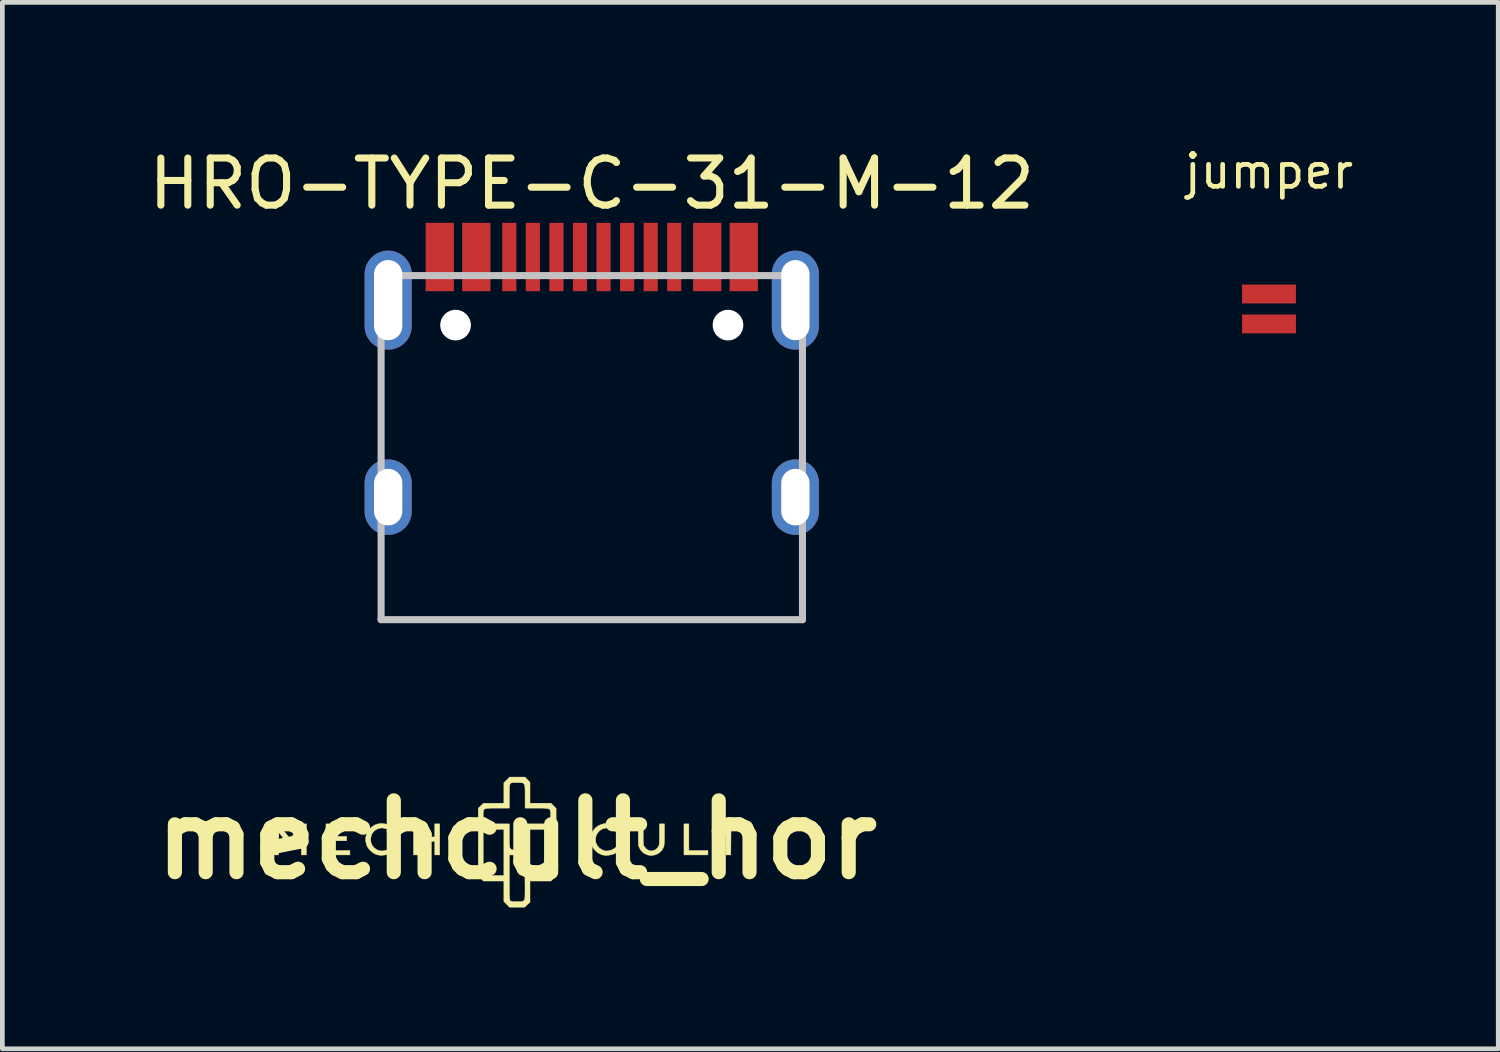
<source format=kicad_pcb>
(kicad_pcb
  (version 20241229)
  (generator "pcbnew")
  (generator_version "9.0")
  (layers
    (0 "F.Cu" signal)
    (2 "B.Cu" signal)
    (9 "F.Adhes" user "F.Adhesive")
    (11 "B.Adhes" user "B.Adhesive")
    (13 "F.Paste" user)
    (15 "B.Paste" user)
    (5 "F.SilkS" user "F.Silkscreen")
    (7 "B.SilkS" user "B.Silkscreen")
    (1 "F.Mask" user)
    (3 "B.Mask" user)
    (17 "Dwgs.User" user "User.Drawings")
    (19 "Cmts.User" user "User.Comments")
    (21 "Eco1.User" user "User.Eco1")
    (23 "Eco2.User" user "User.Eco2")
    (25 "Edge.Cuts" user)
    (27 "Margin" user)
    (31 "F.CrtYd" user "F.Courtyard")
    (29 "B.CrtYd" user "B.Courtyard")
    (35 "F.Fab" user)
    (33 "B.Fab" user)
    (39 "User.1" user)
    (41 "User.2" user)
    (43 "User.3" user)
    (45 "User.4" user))
  (footprint "HRO-TYPE-C-31-M-12"
    (layer "F.Cu")
    (at 9.506 10.098)
    (property "Reference" "HRO-TYPE-C-31-M-12" (at 0 -9.25 0) (layer "F.SilkS") (effects (font (size 1 1) (thickness 0.15))))
    (attr smd)
    (fp_line (start -4.47 -7.3) (end 4.47 -7.3) (stroke (width 0.15) (type solid)) (layer "Dwgs.User"))
    (fp_line (start -4.47 0) (end -4.47 -7.3) (stroke (width 0.15) (type solid)) (layer "Dwgs.User"))
    (fp_line (start -4.47 0) (end 4.47 0) (stroke (width 0.15) (type solid)) (layer "Dwgs.User"))
    (fp_line (start 4.47 0) (end 4.47 -7.3) (stroke (width 0.15) (type solid)) (layer "Dwgs.User"))
    (pad "" np_thru_hole circle (at -2.89 -6.25) (size 0.65 0.65) (drill 0.65) (layers "*.Cu" "*.Mask"))
    (pad "" np_thru_hole circle (at 2.89 -6.25) (size 0.65 0.65) (drill 0.65) (layers "*.Cu" "*.Mask"))
    (pad "1" smd rect (at -3.225 -7.695) (size 0.6 1.45) (layers "F.Cu" "F.Mask" "F.Paste"))
    (pad "2" smd rect (at -2.45 -7.695) (size 0.6 1.45) (layers "F.Cu" "F.Mask" "F.Paste"))
    (pad "3" smd rect (at -1.75 -7.695) (size 0.3 1.45) (layers "F.Cu" "F.Mask" "F.Paste"))
    (pad "4" smd rect (at -1.25 -7.695) (size 0.3 1.45) (layers "F.Cu" "F.Mask" "F.Paste"))
    (pad "5" smd rect (at -0.75 -7.695) (size 0.3 1.45) (layers "F.Cu" "F.Mask" "F.Paste"))
    (pad "6" smd rect (at -0.25 -7.695) (size 0.3 1.45) (layers "F.Cu" "F.Mask" "F.Paste"))
    (pad "7" smd rect (at 0.25 -7.695) (size 0.3 1.45) (layers "F.Cu" "F.Mask" "F.Paste"))
    (pad "8" smd rect (at 0.75 -7.695) (size 0.3 1.45) (layers "F.Cu" "F.Mask" "F.Paste"))
    (pad "9" smd rect (at 1.25 -7.695) (size 0.3 1.45) (layers "F.Cu" "F.Mask" "F.Paste"))
    (pad "10" smd rect (at 1.75 -7.695) (size 0.3 1.45) (layers "F.Cu" "F.Mask" "F.Paste"))
    (pad "11" smd rect (at 2.45 -7.695) (size 0.6 1.45) (layers "F.Cu" "F.Mask" "F.Paste"))
    (pad "12" smd rect (at 3.225 -7.695) (size 0.6 1.45) (layers "F.Cu" "F.Mask" "F.Paste"))
    (pad "13" thru_hole oval (at -4.32 -6.78) (size 1 2.1) (drill oval 0.6 1.7) (layers "*.Cu" "*.Mask"))
    (pad "13" thru_hole oval (at -4.32 -2.6) (size 1 1.6) (drill oval 0.6 1.2) (layers "*.Cu" "*.Mask"))
    (pad "13" thru_hole oval (at 4.32 -6.78) (size 1 2.1) (drill oval 0.6 1.7) (layers "*.Cu" "*.Mask"))
    (pad "13" thru_hole oval (at 4.32 -2.6) (size 1 1.6) (drill oval 0.6 1.2) (layers "*.Cu" "*.Mask")))
  (footprint "mechcult_hor"
    (layer "F.Cu")
    (at 7.918 14.766)
    (property "Reference" "mechcult_hor" (at 0 0 0) (layer "F.SilkS") (effects (font (size 1.524 1.524) (thickness 0.3))))
    (attr through_hole)
    (fp_poly (pts (xy 3.648 0.231) (xy 4.052 0.231) (xy 4.052 0.323) (xy 3.544 0.323) (xy 3.544 -0.335) (xy 3.648 -0.335) (xy 3.648 0.231)) (stroke (width 0.01) (type solid)) (fill yes) (layer "F.SilkS"))
    (fp_poly (pts (xy 4.768 -0.243) (xy 4.656 -0.24) (xy 4.543 -0.237) (xy 4.54 0.043) (xy 4.537 0.323) (xy 4.433 0.323) (xy 4.433 -0.242) (xy 4.214 -0.242) (xy 4.214 -0.335) (xy 4.768 -0.335) (xy 4.768 -0.243)) (stroke (width 0.01) (type solid)) (fill yes) (layer "F.SilkS"))
    (fp_poly (pts (xy -3.568 -0.242) (xy -3.949 -0.242) (xy -3.949 -0.069) (xy -3.614 -0.069) (xy -3.614 0.023) (xy -3.949 0.023) (xy -3.949 0.231) (xy -3.544 0.231) (xy -3.544 0.323) (xy -4.052 0.323) (xy -4.052 -0.335) (xy -3.568 -0.335) (xy -3.568 -0.242)) (stroke (width 0.01) (type solid)) (fill yes) (layer "F.SilkS"))
    (fp_poly (pts (xy -2.095 -0.329) (xy -2.089 -0.058) (xy -1.743 -0.058) (xy -1.743 -0.335) (xy -1.639 -0.335) (xy -1.639 0.323) (xy -1.743 0.323) (xy -1.743 0.035) (xy -2.09 0.035) (xy -2.09 0.323) (xy -2.194 0.323) (xy -2.194 -0.336) (xy -2.095 -0.329)) (stroke (width 0.01) (type solid)) (fill yes) (layer "F.SilkS"))
    (fp_poly (pts (xy -4.468 0.323) (xy -4.572 0.323) (xy -4.575 0.089) (xy -4.578 -0.144) (xy -4.692 -0.003) (xy -4.731 0.045) (xy -4.765 0.086) (xy -4.792 0.117) (xy -4.809 0.135) (xy -4.813 0.138) (xy -4.822 0.129) (xy -4.843 0.105) (xy -4.873 0.069) (xy -4.91 0.024) (xy -4.936 -0.009) (xy -5.051 -0.155) (xy -5.054 0.084) (xy -5.057 0.323) (xy -5.161 0.323) (xy -5.161 -0.335) (xy -5.112 -0.334) (xy -5.063 -0.334) (xy -4.941 -0.179) (xy -4.901 -0.128) (xy -4.866 -0.084) (xy -4.837 -0.05) (xy -4.819 -0.029) (xy -4.812 -0.024) (xy -4.803 -0.032) (xy -4.782 -0.056) (xy -4.751 -0.092) (xy -4.714 -0.137) (xy -4.681 -0.179) (xy -4.636 -0.235) (xy -4.603 -0.276) (xy -4.578 -0.304) (xy -4.56 -0.321) (xy -4.544 -0.331) (xy -4.53 -0.334) (xy -4.513 -0.335) (xy -4.468 -0.335) (xy -4.468 0.323)) (stroke (width 0.01) (type solid)) (fill yes) (layer "F.SilkS"))
    (fp_poly (pts (xy -2.796 -0.335) (xy -2.722 -0.314) (xy -2.657 -0.28) (xy -2.626 -0.253) (xy -2.593 -0.219) (xy -2.651 -0.16) (xy -2.71 -0.2) (xy -2.782 -0.236) (xy -2.856 -0.25) (xy -2.924 -0.242) (xy -2.989 -0.215) (xy -3.041 -0.173) (xy -3.078 -0.119) (xy -3.099 -0.057) (xy -3.105 0.008) (xy -3.093 0.073) (xy -3.063 0.134) (xy -3.021 0.181) (xy -2.962 0.219) (xy -2.894 0.238) (xy -2.824 0.237) (xy -2.755 0.217) (xy -2.692 0.178) (xy -2.678 0.166) (xy -2.648 0.138) (xy -2.616 0.172) (xy -2.583 0.206) (xy -2.614 0.237) (xy -2.671 0.279) (xy -2.743 0.31) (xy -2.821 0.328) (xy -2.901 0.331) (xy -2.975 0.318) (xy -2.983 0.315) (xy -3.046 0.283) (xy -3.106 0.235) (xy -3.156 0.177) (xy -3.187 0.118) (xy -3.208 0.032) (xy -3.207 -0.052) (xy -3.185 -0.132) (xy -3.144 -0.205) (xy -3.085 -0.266) (xy -3.02 -0.309) (xy -2.951 -0.334) (xy -2.874 -0.342) (xy -2.796 -0.335)) (stroke (width 0.01) (type solid)) (fill yes) (layer "F.SilkS"))
    (fp_poly (pts (xy 2.679 -0.111) (xy 2.679 -0.034) (xy 2.679 0.024) (xy 2.681 0.066) (xy 2.683 0.096) (xy 2.688 0.117) (xy 2.694 0.133) (xy 2.702 0.147) (xy 2.705 0.15) (xy 2.75 0.201) (xy 2.802 0.231) (xy 2.831 0.238) (xy 2.883 0.236) (xy 2.935 0.215) (xy 2.979 0.18) (xy 3 0.151) (xy 3.009 0.134) (xy 3.015 0.116) (xy 3.02 0.094) (xy 3.022 0.063) (xy 3.024 0.02) (xy 3.025 -0.038) (xy 3.025 -0.114) (xy 3.025 -0.335) (xy 3.129 -0.335) (xy 3.129 -0.107) (xy 3.129 -0.028) (xy 3.128 0.032) (xy 3.126 0.076) (xy 3.123 0.108) (xy 3.119 0.133) (xy 3.112 0.154) (xy 3.103 0.175) (xy 3.101 0.18) (xy 3.06 0.243) (xy 3.002 0.291) (xy 2.933 0.322) (xy 2.856 0.334) (xy 2.852 0.334) (xy 2.808 0.33) (xy 2.764 0.321) (xy 2.756 0.318) (xy 2.687 0.282) (xy 2.632 0.228) (xy 2.605 0.183) (xy 2.594 0.161) (xy 2.587 0.142) (xy 2.581 0.12) (xy 2.578 0.092) (xy 2.576 0.055) (xy 2.575 0.004) (xy 2.575 -0.065) (xy 2.575 -0.106) (xy 2.575 -0.335) (xy 2.679 -0.335) (xy 2.679 -0.111)) (stroke (width 0.01) (type solid)) (fill yes) (layer "F.SilkS"))
    (fp_poly (pts (xy 2.009 -0.33) (xy 2.091 -0.293) (xy 2.11 -0.281) (xy 2.148 -0.252) (xy 2.166 -0.228) (xy 2.166 -0.206) (xy 2.149 -0.181) (xy 2.146 -0.177) (xy 2.121 -0.151) (xy 2.075 -0.19) (xy 2.013 -0.229) (xy 1.969 -0.242) (xy 1.895 -0.248) (xy 1.83 -0.235) (xy 1.774 -0.207) (xy 1.728 -0.166) (xy 1.694 -0.116) (xy 1.673 -0.06) (xy 1.666 0.000188) (xy 1.674 0.06) (xy 1.698 0.117) (xy 1.739 0.168) (xy 1.798 0.21) (xy 1.801 0.212) (xy 1.843 0.231) (xy 1.877 0.239) (xy 1.915 0.239) (xy 1.924 0.239) (xy 2.001 0.222) (xy 2.065 0.19) (xy 2.093 0.167) (xy 2.121 0.139) (xy 2.153 0.173) (xy 2.186 0.208) (xy 2.161 0.235) (xy 2.136 0.255) (xy 2.1 0.279) (xy 2.071 0.295) (xy 2.009 0.318) (xy 1.938 0.33) (xy 1.869 0.332) (xy 1.808 0.322) (xy 1.798 0.319) (xy 1.72 0.279) (xy 1.657 0.226) (xy 1.61 0.163) (xy 1.579 0.093) (xy 1.564 0.019) (xy 1.565 -0.056) (xy 1.584 -0.128) (xy 1.619 -0.196) (xy 1.671 -0.255) (xy 1.74 -0.302) (xy 1.749 -0.306) (xy 1.835 -0.337) (xy 1.923 -0.344) (xy 2.009 -0.33)) (stroke (width 0.01) (type solid)) (fill yes) (layer "F.SilkS"))
    (fp_poly (pts (xy 0.223 -1.272) (xy 0.277 -1.217) (xy 0.277 -0.774) (xy 0.722 -0.774) (xy 0.777 -0.718) (xy 0.831 -0.663) (xy 0.831 0.769) (xy 0.776 0.823) (xy 0.721 0.877) (xy 0.277 0.877) (xy 0.277 1.325) (xy 0.22 1.378) (xy 0.163 1.432) (xy -0.157 1.432) (xy -0.277 1.31) (xy -0.277 0.877) (xy -0.711 0.877) (xy -0.765 0.822) (xy -0.789 0.798) (xy -0.162 0.798) (xy -0.162 0.917) (xy -0.161 1.014) (xy -0.161 1.093) (xy -0.16 1.155) (xy -0.158 1.202) (xy -0.156 1.237) (xy -0.154 1.262) (xy -0.151 1.278) (xy -0.147 1.289) (xy -0.143 1.295) (xy -0.131 1.305) (xy -0.113 1.311) (xy -0.084 1.314) (xy -0.04 1.316) (xy -0.000223 1.316) (xy 0.055 1.316) (xy 0.093 1.314) (xy 0.117 1.31) (xy 0.133 1.303) (xy 0.146 1.292) (xy 0.148 1.289) (xy 0.154 1.282) (xy 0.16 1.274) (xy 0.164 1.263) (xy 0.167 1.247) (xy 0.169 1.223) (xy 0.171 1.189) (xy 0.171 1.143) (xy 0.172 1.083) (xy 0.172 1.006) (xy 0.171 0.911) (xy 0.17 0.796) (xy 0.167 0.329) (xy 0.003 0.326) (xy -0.162 0.323) (xy -0.162 0.798) (xy -0.789 0.798) (xy -0.82 0.767) (xy -0.82 -0.219) (xy -0.716 -0.219) (xy -0.716 0.25) (xy -0.716 0.368) (xy -0.715 0.464) (xy -0.715 0.542) (xy -0.714 0.604) (xy -0.713 0.65) (xy -0.711 0.685) (xy -0.708 0.709) (xy -0.705 0.725) (xy -0.701 0.735) (xy -0.697 0.741) (xy -0.688 0.749) (xy -0.674 0.754) (xy -0.653 0.758) (xy -0.62 0.76) (xy -0.573 0.762) (xy -0.507 0.762) (xy -0.477 0.762) (xy -0.277 0.762) (xy -0.277 -0.219) (xy -0.716 -0.219) (xy -0.82 -0.219) (xy -0.82 -0.516) (xy -0.716 -0.516) (xy -0.716 -0.504) (xy -0.715 -0.45) (xy -0.713 -0.413) (xy -0.708 -0.389) (xy -0.7 -0.373) (xy -0.691 -0.362) (xy -0.682 -0.353) (xy -0.672 -0.346) (xy -0.657 -0.341) (xy -0.636 -0.338) (xy -0.603 -0.336) (xy -0.557 -0.335) (xy -0.494 -0.335) (xy -0.414 -0.335) (xy -0.162 -0.335) (xy -0.162 -0.084) (xy -0.162 0.007) (xy -0.161 0.078) (xy -0.157 0.131) (xy -0.15 0.169) (xy -0.138 0.194) (xy -0.118 0.209) (xy -0.091 0.217) (xy -0.054 0.219) (xy -0.006 0.219) (xy 0.006 0.219) (xy 0.06 0.219) (xy 0.097 0.217) (xy 0.12 0.212) (xy 0.135 0.205) (xy 0.145 0.195) (xy 0.153 0.185) (xy 0.158 0.172) (xy 0.162 0.152) (xy 0.165 0.122) (xy 0.168 0.08) (xy 0.169 0.021) (xy 0.171 -0.056) (xy 0.171 -0.082) (xy 0.173 -0.219) (xy 0.277 -0.219) (xy 0.277 0.762) (xy 0.475 0.762) (xy 0.55 0.762) (xy 0.604 0.761) (xy 0.643 0.758) (xy 0.668 0.755) (xy 0.685 0.75) (xy 0.695 0.743) (xy 0.7 0.737) (xy 0.704 0.728) (xy 0.708 0.714) (xy 0.71 0.693) (xy 0.712 0.663) (xy 0.714 0.621) (xy 0.715 0.565) (xy 0.715 0.494) (xy 0.716 0.404) (xy 0.716 0.295) (xy 0.716 0.252) (xy 0.716 -0.219) (xy 0.277 -0.219) (xy 0.173 -0.219) (xy 0.174 -0.335) (xy 0.424 -0.335) (xy 0.514 -0.335) (xy 0.583 -0.335) (xy 0.634 -0.338) (xy 0.67 -0.345) (xy 0.694 -0.356) (xy 0.708 -0.374) (xy 0.714 -0.401) (xy 0.716 -0.436) (xy 0.716 -0.483) (xy 0.716 -0.495) (xy 0.716 -0.548) (xy 0.714 -0.589) (xy 0.708 -0.62) (xy 0.695 -0.642) (xy 0.672 -0.656) (xy 0.637 -0.664) (xy 0.588 -0.668) (xy 0.521 -0.67) (xy 0.433 -0.67) (xy 0.419 -0.67) (xy 0.173 -0.67) (xy 0.173 -0.914) (xy 0.173 -1.005) (xy 0.172 -1.075) (xy 0.169 -1.127) (xy 0.161 -1.164) (xy 0.148 -1.189) (xy 0.128 -1.203) (xy 0.099 -1.21) (xy 0.06 -1.212) (xy 0.01 -1.212) (xy 0.002 -1.212) (xy -0.048 -1.212) (xy -0.087 -1.211) (xy -0.116 -1.206) (xy -0.136 -1.195) (xy -0.149 -1.174) (xy -0.157 -1.141) (xy -0.161 -1.093) (xy -0.162 -1.029) (xy -0.162 -0.944) (xy -0.162 -0.922) (xy -0.162 -0.67) (xy -0.412 -0.67) (xy -0.504 -0.67) (xy -0.575 -0.669) (xy -0.628 -0.665) (xy -0.666 -0.658) (xy -0.691 -0.646) (xy -0.706 -0.627) (xy -0.713 -0.6) (xy -0.716 -0.563) (xy -0.716 -0.516) (xy -0.82 -0.516) (xy -0.82 -0.668) (xy -0.765 -0.72) (xy -0.71 -0.773) (xy -0.494 -0.773) (xy -0.277 -0.774) (xy -0.277 -1.207) (xy -0.216 -1.268) (xy -0.155 -1.328) (xy 0.168 -1.328) (xy 0.223 -1.272)) (stroke (width 0.01) (type solid)) (fill yes) (layer "F.SilkS")))
  (footprint "jumper"
    (layer "F.Cu")
    (at 23.875 2.109)
    (property "Reference" "jumper" (at 0 -1.524 0) (layer "F.SilkS") (effects (font (size 0.7 0.7) (thickness 0.1))))
    (attr smd)
    (pad "1" smd rect (at 0 1.714 90) (size 0.4 1.143) (layers "F.Cu" "F.Mask" "F.Paste"))
    (pad "2" smd rect (at 0 1.079 90) (size 0.4 1.143) (layers "F.Cu" "F.Mask" "F.Paste")))
  (gr_rect
    (start -3 -3)
    (end 28.739 19.203)
    (stroke (width 0.1) (type default))
    (fill no)
    (layer "Edge.Cuts")))
</source>
